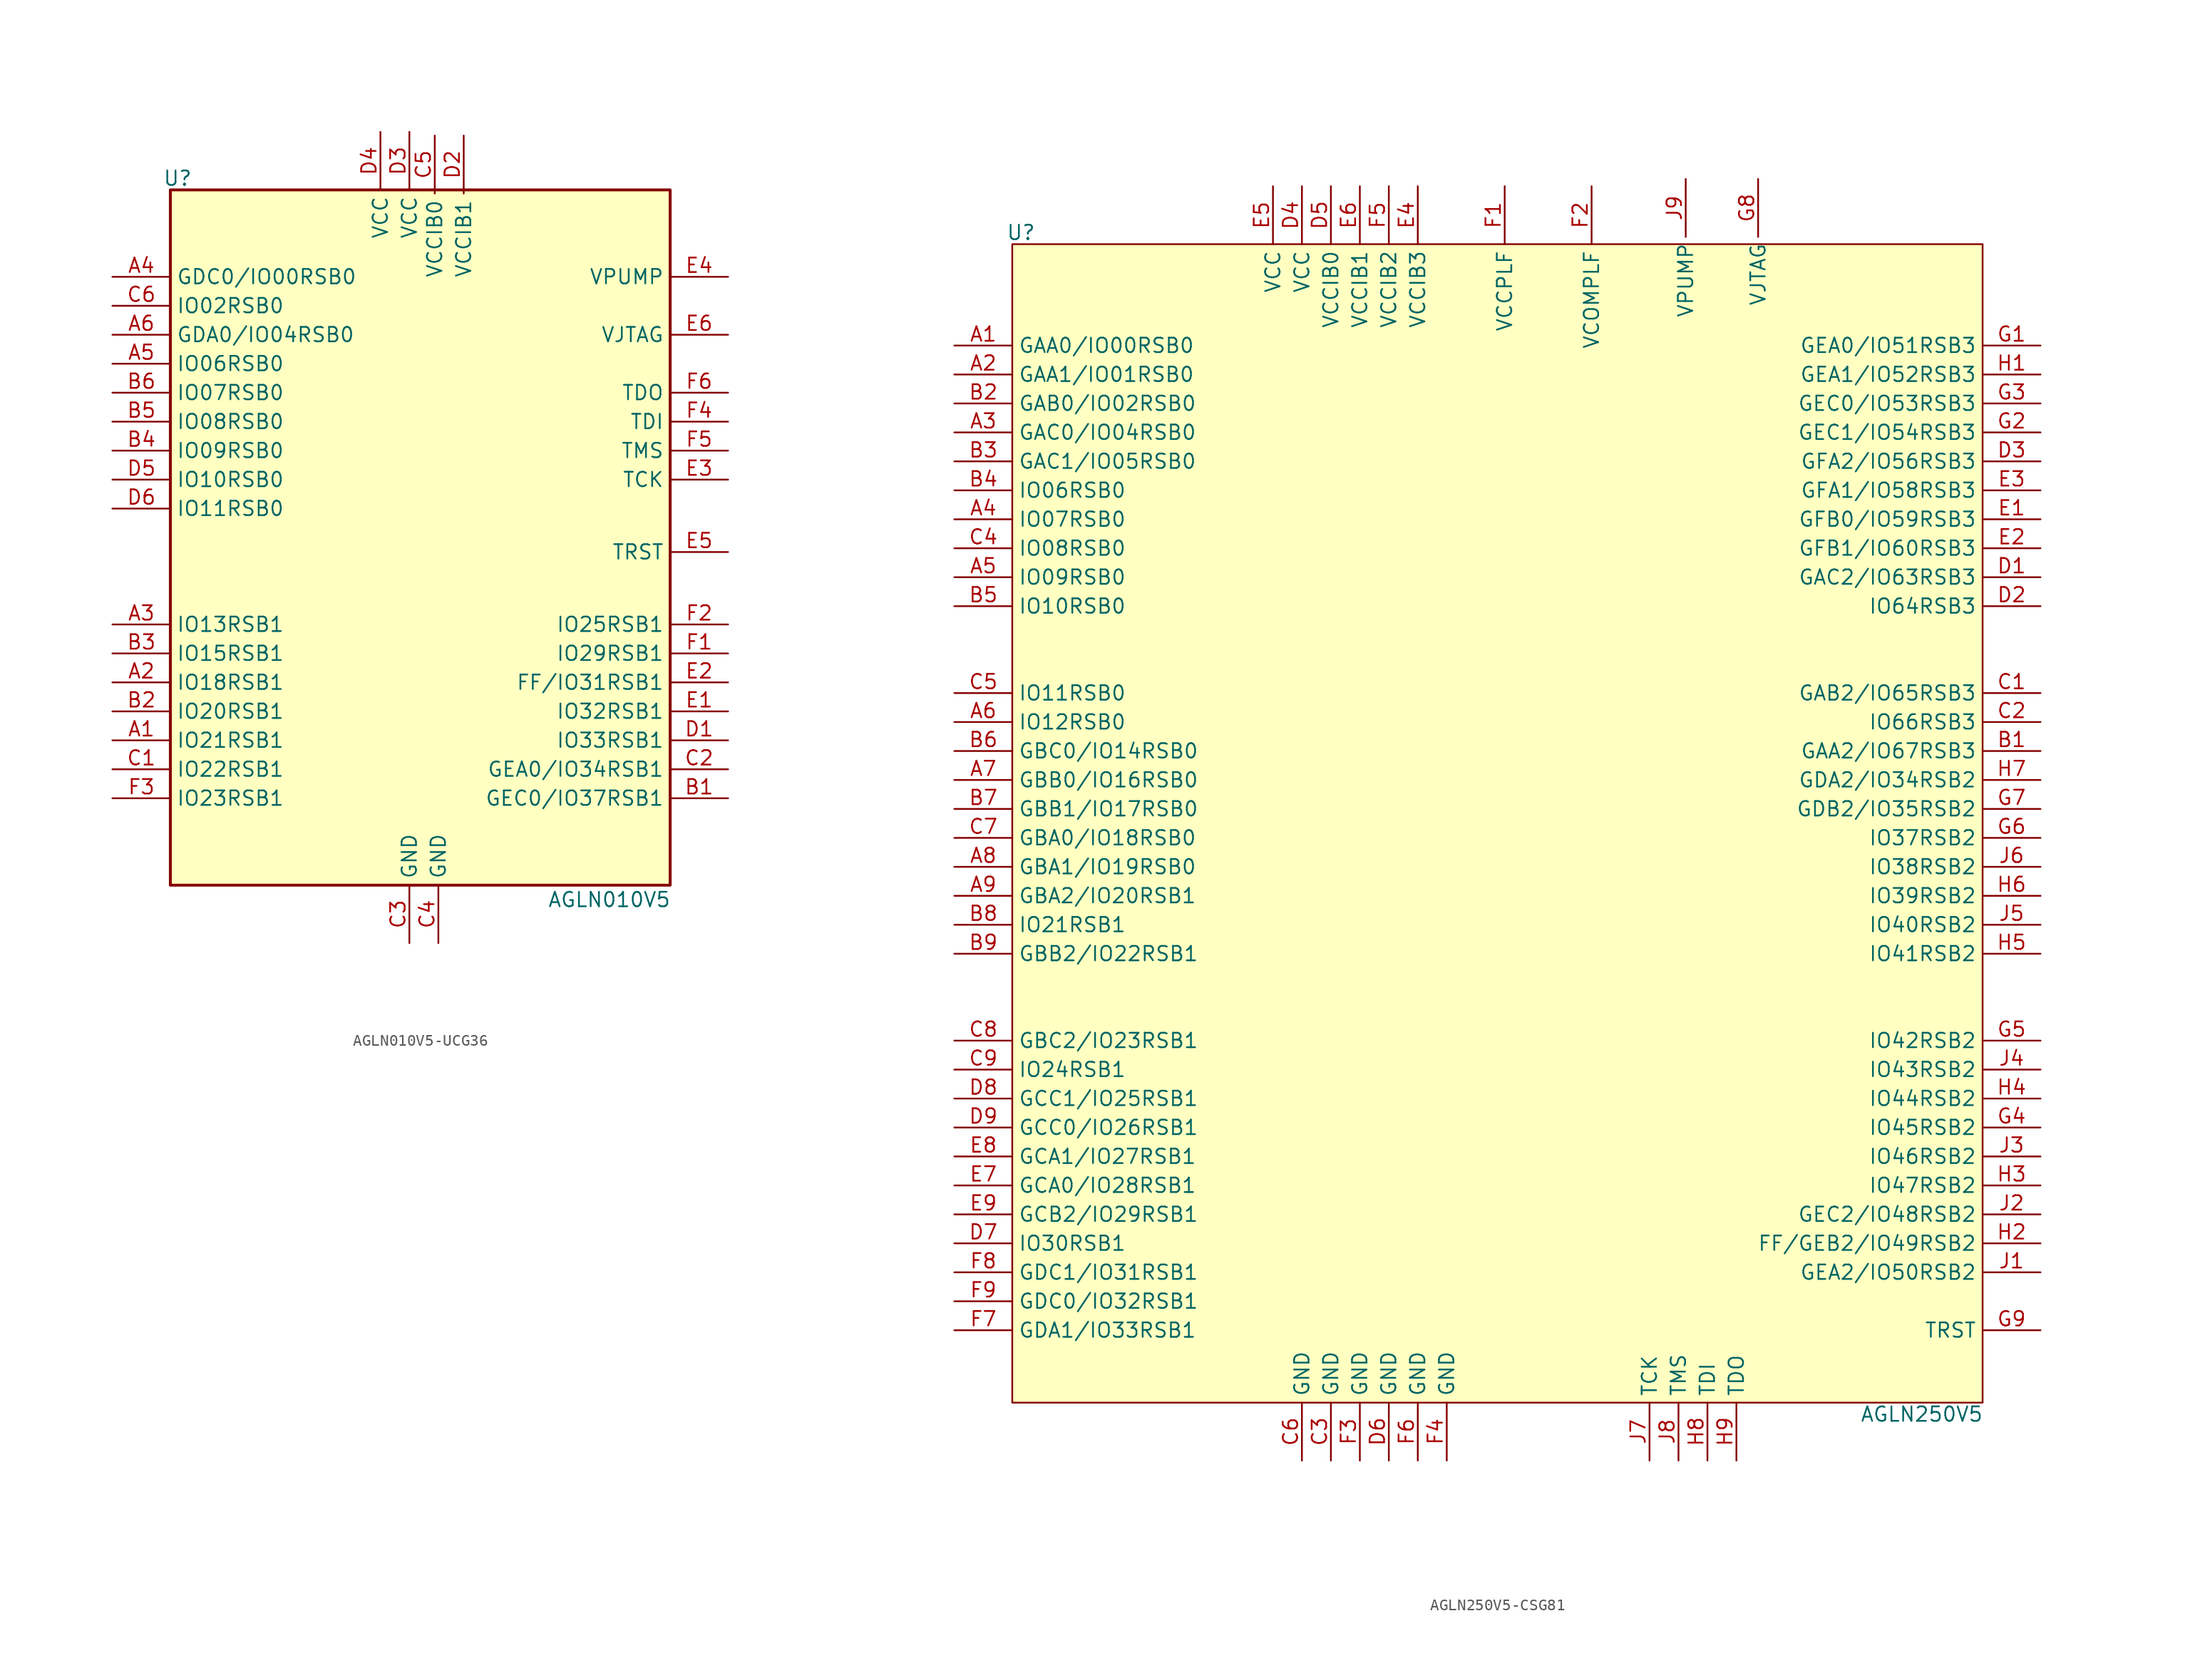
<source format=kicad_sym>
(kicad_symbol_lib
  (version 20241209)
  (generator "kicad_symbol_editor")
  (generator_version "9.0")
  (symbol "AGLN010V5-UCG36"
    (property "Reference" "U"
      (at -21.59 31.496 0)
      (effects (font (size 1.27 1.27))))
    (property "Value" "AGLN010V5"
      (at 16.256 -31.75 0)
      (effects (font (size 1.27 1.27))))
    (symbol "AGLN010V5-UCG36_1_1"
      (rectangle (start -22.225 30.48) (end 21.59 -30.48) (stroke (width 0.254) (type solid)) (fill (type background)))
      (pin passive line (at -27.305 22.86 0) (length 5.08) (name "GDC0/IO00RSB0" (effects (font (size 1.27 1.27)))) (number "A4" (effects (font (size 1.27 1.27)))))
      (pin passive line (at -27.305 20.32 0) (length 5.08) (name "IO02RSB0" (effects (font (size 1.27 1.27)))) (number "C6" (effects (font (size 1.27 1.27)))))
      (pin passive line (at -27.305 17.78 0) (length 5.08) (name "GDA0/IO04RSB0" (effects (font (size 1.27 1.27)))) (number "A6" (effects (font (size 1.27 1.27)))))
      (pin passive line (at -27.305 15.24 0) (length 5.08) (name "IO06RSB0" (effects (font (size 1.27 1.27)))) (number "A5" (effects (font (size 1.27 1.27)))))
      (pin passive line (at -27.305 12.7 0) (length 5.08) (name "IO07RSB0" (effects (font (size 1.27 1.27)))) (number "B6" (effects (font (size 1.27 1.27)))))
      (pin passive line (at -27.305 10.16 0) (length 5.08) (name "IO08RSB0" (effects (font (size 1.27 1.27)))) (number "B5" (effects (font (size 1.27 1.27)))))
      (pin passive line (at -27.305 7.62 0) (length 5.08) (name "IO09RSB0" (effects (font (size 1.27 1.27)))) (number "B4" (effects (font (size 1.27 1.27)))))
      (pin passive line (at -27.305 5.08 0) (length 5.08) (name "IO10RSB0" (effects (font (size 1.27 1.27)))) (number "D5" (effects (font (size 1.27 1.27)))))
      (pin passive line (at -27.305 2.54 0) (length 5.08) (name "IO11RSB0" (effects (font (size 1.27 1.27)))) (number "D6" (effects (font (size 1.27 1.27)))))
      (pin passive line (at -27.305 -7.62 0) (length 5.08) (name "IO13RSB1" (effects (font (size 1.27 1.27)))) (number "A3" (effects (font (size 1.27 1.27)))))
      (pin passive line (at -27.305 -10.16 0) (length 5.08) (name "IO15RSB1" (effects (font (size 1.27 1.27)))) (number "B3" (effects (font (size 1.27 1.27)))))
      (pin passive line (at -27.305 -12.7 0) (length 5.08) (name "IO18RSB1" (effects (font (size 1.27 1.27)))) (number "A2" (effects (font (size 1.27 1.27)))))
      (pin passive line (at -27.305 -15.24 0) (length 5.08) (name "IO20RSB1" (effects (font (size 1.27 1.27)))) (number "B2" (effects (font (size 1.27 1.27)))))
      (pin passive line (at -27.305 -17.78 0) (length 5.08) (name "IO21RSB1" (effects (font (size 1.27 1.27)))) (number "A1" (effects (font (size 1.27 1.27)))))
      (pin passive line (at -27.305 -20.32 0) (length 5.08) (name "IO22RSB1" (effects (font (size 1.27 1.27)))) (number "C1" (effects (font (size 1.27 1.27)))))
      (pin passive line (at -27.305 -22.86 0) (length 5.08) (name "IO23RSB1" (effects (font (size 1.27 1.27)))) (number "F3" (effects (font (size 1.27 1.27)))))
      (pin power_in line (at -3.81 35.56 270) (length 5.08) (name "VCC" (effects (font (size 1.27 1.27)))) (number "D4" (effects (font (size 1.27 1.27)))))
      (pin power_in line (at -1.27 35.56 270) (length 5.08) (name "VCC" (effects (font (size 1.27 1.27)))) (number "D3" (effects (font (size 1.27 1.27)))))
      (pin power_in line (at -1.27 -35.56 90) (length 5.08) (name "GND" (effects (font (size 1.27 1.27)))) (number "C3" (effects (font (size 1.27 1.27)))))
      (pin power_in line (at 0.953 35.242 270) (length 5.08) (name "VCCIB0" (effects (font (size 1.27 1.27)))) (number "C5" (effects (font (size 1.27 1.27)))))
      (pin power_in line (at 1.27 -35.56 90) (length 5.08) (name "GND" (effects (font (size 1.27 1.27)))) (number "C4" (effects (font (size 1.27 1.27)))))
      (pin power_in line (at 3.493 35.242 270) (length 5.08) (name "VCCIB1" (effects (font (size 1.27 1.27)))) (number "D2" (effects (font (size 1.27 1.27)))))
      (pin passive line (at 26.67 22.86 180) (length 5.08) (name "VPUMP" (effects (font (size 1.27 1.27)))) (number "E4" (effects (font (size 1.27 1.27)))))
      (pin passive line (at 26.67 17.78 180) (length 5.08) (name "VJTAG" (effects (font (size 1.27 1.27)))) (number "E6" (effects (font (size 1.27 1.27)))))
      (pin passive line (at 26.67 12.7 180) (length 5.08) (name "TDO" (effects (font (size 1.27 1.27)))) (number "F6" (effects (font (size 1.27 1.27)))))
      (pin passive line (at 26.67 10.16 180) (length 5.08) (name "TDI" (effects (font (size 1.27 1.27)))) (number "F4" (effects (font (size 1.27 1.27)))))
      (pin passive line (at 26.67 7.62 180) (length 5.08) (name "TMS" (effects (font (size 1.27 1.27)))) (number "F5" (effects (font (size 1.27 1.27)))))
      (pin passive line (at 26.67 5.08 180) (length 5.08) (name "TCK" (effects (font (size 1.27 1.27)))) (number "E3" (effects (font (size 1.27 1.27)))))
      (pin passive line (at 26.67 -1.27 180) (length 5.08) (name "TRST" (effects (font (size 1.27 1.27)))) (number "E5" (effects (font (size 1.27 1.27)))))
      (pin passive line (at 26.67 -7.62 180) (length 5.08) (name "IO25RSB1" (effects (font (size 1.27 1.27)))) (number "F2" (effects (font (size 1.27 1.27)))))
      (pin passive line (at 26.67 -10.16 180) (length 5.08) (name "IO29RSB1" (effects (font (size 1.27 1.27)))) (number "F1" (effects (font (size 1.27 1.27)))))
      (pin passive line (at 26.67 -12.7 180) (length 5.08) (name "FF/IO31RSB1" (effects (font (size 1.27 1.27)))) (number "E2" (effects (font (size 1.27 1.27)))))
      (pin passive line (at 26.67 -15.24 180) (length 5.08) (name "IO32RSB1" (effects (font (size 1.27 1.27)))) (number "E1" (effects (font (size 1.27 1.27)))))
      (pin passive line (at 26.67 -17.78 180) (length 5.08) (name "IO33RSB1" (effects (font (size 1.27 1.27)))) (number "D1" (effects (font (size 1.27 1.27)))))
      (pin passive line (at 26.67 -20.32 180) (length 5.08) (name "GEA0/IO34RSB1" (effects (font (size 1.27 1.27)))) (number "C2" (effects (font (size 1.27 1.27)))))
      (pin passive line (at 26.67 -22.86 180) (length 5.08) (name "GEC0/IO37RSB1" (effects (font (size 1.27 1.27)))) (number "B1" (effects (font (size 1.27 1.27)))))))
  (symbol "AGLN250V5-CSG81"
    (property "Reference" "U"
      (at -41.148 51.816 0)
      (effects (font (size 1.27 1.27))))
    (property "Value" "AGLN250V5"
      (at 37.846 -51.816 0)
      (effects (font (size 1.27 1.27))))
    (symbol "AGLN250V5-CSG81_1_1"
      (rectangle (start -41.91 50.8) (end 43.18 -50.8) (stroke (width 0) (type solid)) (fill (type background)))
      (pin passive line (at -46.99 41.91 0) (length 5.08) (name "GAA0/IO00RSB0" (effects (font (size 1.27 1.27)))) (number "A1" (effects (font (size 1.27 1.27)))))
      (pin passive line (at -46.99 39.37 0) (length 5.08) (name "GAA1/IO01RSB0" (effects (font (size 1.27 1.27)))) (number "A2" (effects (font (size 1.27 1.27)))))
      (pin passive line (at -46.99 36.83 0) (length 5.08) (name "GAB0/IO02RSB0" (effects (font (size 1.27 1.27)))) (number "B2" (effects (font (size 1.27 1.27)))))
      (pin passive line (at -46.99 34.29 0) (length 5.08) (name "GAC0/IO04RSB0" (effects (font (size 1.27 1.27)))) (number "A3" (effects (font (size 1.27 1.27)))))
      (pin passive line (at -46.99 31.75 0) (length 5.08) (name "GAC1/IO05RSB0" (effects (font (size 1.27 1.27)))) (number "B3" (effects (font (size 1.27 1.27)))))
      (pin passive line (at -46.99 29.21 0) (length 5.08) (name "IO06RSB0" (effects (font (size 1.27 1.27)))) (number "B4" (effects (font (size 1.27 1.27)))))
      (pin passive line (at -46.99 26.67 0) (length 5.08) (name "IO07RSB0" (effects (font (size 1.27 1.27)))) (number "A4" (effects (font (size 1.27 1.27)))))
      (pin passive line (at -46.99 24.13 0) (length 5.08) (name "IO08RSB0" (effects (font (size 1.27 1.27)))) (number "C4" (effects (font (size 1.27 1.27)))))
      (pin passive line (at -46.99 21.59 0) (length 5.08) (name "IO09RSB0" (effects (font (size 1.27 1.27)))) (number "A5" (effects (font (size 1.27 1.27)))))
      (pin passive line (at -46.99 19.05 0) (length 5.08) (name "IO10RSB0" (effects (font (size 1.27 1.27)))) (number "B5" (effects (font (size 1.27 1.27)))))
      (pin passive line (at -46.99 11.43 0) (length 5.08) (name "IO11RSB0" (effects (font (size 1.27 1.27)))) (number "C5" (effects (font (size 1.27 1.27)))))
      (pin passive line (at -46.99 8.89 0) (length 5.08) (name "IO12RSB0" (effects (font (size 1.27 1.27)))) (number "A6" (effects (font (size 1.27 1.27)))))
      (pin passive line (at -46.99 6.35 0) (length 5.08) (name "GBC0/IO14RSB0" (effects (font (size 1.27 1.27)))) (number "B6" (effects (font (size 1.27 1.27)))))
      (pin passive line (at -46.99 3.81 0) (length 5.08) (name "GBB0/IO16RSB0" (effects (font (size 1.27 1.27)))) (number "A7" (effects (font (size 1.27 1.27)))))
      (pin passive line (at -46.99 1.27 0) (length 5.08) (name "GBB1/IO17RSB0" (effects (font (size 1.27 1.27)))) (number "B7" (effects (font (size 1.27 1.27)))))
      (pin passive line (at -46.99 -1.27 0) (length 5.08) (name "GBA0/IO18RSB0" (effects (font (size 1.27 1.27)))) (number "C7" (effects (font (size 1.27 1.27)))))
      (pin passive line (at -46.99 -3.81 0) (length 5.08) (name "GBA1/IO19RSB0" (effects (font (size 1.27 1.27)))) (number "A8" (effects (font (size 1.27 1.27)))))
      (pin passive line (at -46.99 -6.35 0) (length 5.08) (name "GBA2/IO20RSB1" (effects (font (size 1.27 1.27)))) (number "A9" (effects (font (size 1.27 1.27)))))
      (pin passive line (at -46.99 -8.89 0) (length 5.08) (name "IO21RSB1" (effects (font (size 1.27 1.27)))) (number "B8" (effects (font (size 1.27 1.27)))))
      (pin passive line (at -46.99 -11.43 0) (length 5.08) (name "GBB2/IO22RSB1" (effects (font (size 1.27 1.27)))) (number "B9" (effects (font (size 1.27 1.27)))))
      (pin passive line (at -46.99 -19.05 0) (length 5.08) (name "GBC2/IO23RSB1" (effects (font (size 1.27 1.27)))) (number "C8" (effects (font (size 1.27 1.27)))))
      (pin passive line (at -46.99 -21.59 0) (length 5.08) (name "IO24RSB1" (effects (font (size 1.27 1.27)))) (number "C9" (effects (font (size 1.27 1.27)))))
      (pin passive line (at -46.99 -24.13 0) (length 5.08) (name "GCC1/IO25RSB1" (effects (font (size 1.27 1.27)))) (number "D8" (effects (font (size 1.27 1.27)))))
      (pin passive line (at -46.99 -26.67 0) (length 5.08) (name "GCC0/IO26RSB1" (effects (font (size 1.27 1.27)))) (number "D9" (effects (font (size 1.27 1.27)))))
      (pin passive line (at -46.99 -29.21 0) (length 5.08) (name "GCA1/IO27RSB1" (effects (font (size 1.27 1.27)))) (number "E8" (effects (font (size 1.27 1.27)))))
      (pin passive line (at -46.99 -31.75 0) (length 5.08) (name "GCA0/IO28RSB1" (effects (font (size 1.27 1.27)))) (number "E7" (effects (font (size 1.27 1.27)))))
      (pin passive line (at -46.99 -34.29 0) (length 5.08) (name "GCB2/IO29RSB1" (effects (font (size 1.27 1.27)))) (number "E9" (effects (font (size 1.27 1.27)))))
      (pin passive line (at -46.99 -36.83 0) (length 5.08) (name "IO30RSB1" (effects (font (size 1.27 1.27)))) (number "D7" (effects (font (size 1.27 1.27)))))
      (pin passive line (at -46.99 -39.37 0) (length 5.08) (name "GDC1/IO31RSB1" (effects (font (size 1.27 1.27)))) (number "F8" (effects (font (size 1.27 1.27)))))
      (pin passive line (at -46.99 -41.91 0) (length 5.08) (name "GDC0/IO32RSB1" (effects (font (size 1.27 1.27)))) (number "F9" (effects (font (size 1.27 1.27)))))
      (pin passive line (at -46.99 -44.45 0) (length 5.08) (name "GDA1/IO33RSB1" (effects (font (size 1.27 1.27)))) (number "F7" (effects (font (size 1.27 1.27)))))
      (pin power_in line (at -19.05 55.88 270) (length 5.08) (name "VCC" (effects (font (size 1.27 1.27)))) (number "E5" (effects (font (size 1.27 1.27)))))
      (pin power_in line (at -16.51 55.88 270) (length 5.08) (name "VCC" (effects (font (size 1.27 1.27)))) (number "D4" (effects (font (size 1.27 1.27)))))
      (pin power_in line (at -16.51 -55.88 90) (length 5.08) (name "GND" (effects (font (size 1.27 1.27)))) (number "C6" (effects (font (size 1.27 1.27)))))
      (pin power_in line (at -13.97 55.88 270) (length 5.08) (name "VCCIB0" (effects (font (size 1.27 1.27)))) (number "D5" (effects (font (size 1.27 1.27)))))
      (pin power_in line (at -13.97 -55.88 90) (length 5.08) (name "GND" (effects (font (size 1.27 1.27)))) (number "C3" (effects (font (size 1.27 1.27)))))
      (pin power_in line (at -11.43 55.88 270) (length 5.08) (name "VCCIB1" (effects (font (size 1.27 1.27)))) (number "E6" (effects (font (size 1.27 1.27)))))
      (pin power_in line (at -11.43 -55.88 90) (length 5.08) (name "GND" (effects (font (size 1.27 1.27)))) (number "F3" (effects (font (size 1.27 1.27)))))
      (pin power_in line (at -8.89 55.88 270) (length 5.08) (name "VCCIB2" (effects (font (size 1.27 1.27)))) (number "F5" (effects (font (size 1.27 1.27)))))
      (pin power_in line (at -8.89 -55.88 90) (length 5.08) (name "GND" (effects (font (size 1.27 1.27)))) (number "D6" (effects (font (size 1.27 1.27)))))
      (pin power_in line (at -6.35 55.88 270) (length 5.08) (name "VCCIB3" (effects (font (size 1.27 1.27)))) (number "E4" (effects (font (size 1.27 1.27)))))
      (pin power_in line (at -6.35 -55.88 90) (length 5.08) (name "GND" (effects (font (size 1.27 1.27)))) (number "F6" (effects (font (size 1.27 1.27)))))
      (pin power_in line (at -3.81 -55.88 90) (length 5.08) (name "GND" (effects (font (size 1.27 1.27)))) (number "F4" (effects (font (size 1.27 1.27)))))
      (pin power_in line (at 1.27 55.88 270) (length 5.08) (name "VCCPLF" (effects (font (size 1.27 1.27)))) (number "F1" (effects (font (size 1.27 1.27)))))
      (pin power_in line (at 8.89 55.88 270) (length 5.08) (name "VCOMPLF" (effects (font (size 1.27 1.27)))) (number "F2" (effects (font (size 1.27 1.27)))))
      (pin passive line (at 13.97 -55.88 90) (length 5.08) (name "TCK" (effects (font (size 1.27 1.27)))) (number "J7" (effects (font (size 1.27 1.27)))))
      (pin passive line (at 16.51 -55.88 90) (length 5.08) (name "TMS" (effects (font (size 1.27 1.27)))) (number "J8" (effects (font (size 1.27 1.27)))))
      (pin power_in line (at 17.145 56.515 270) (length 5.08) (name "VPUMP" (effects (font (size 1.27 1.27)))) (number "J9" (effects (font (size 1.27 1.27)))))
      (pin passive line (at 19.05 -55.88 90) (length 5.08) (name "TDI" (effects (font (size 1.27 1.27)))) (number "H8" (effects (font (size 1.27 1.27)))))
      (pin passive line (at 21.59 -55.88 90) (length 5.08) (name "TDO" (effects (font (size 1.27 1.27)))) (number "H9" (effects (font (size 1.27 1.27)))))
      (pin power_in line (at 23.495 56.515 270) (length 5.08) (name "VJTAG" (effects (font (size 1.27 1.27)))) (number "G8" (effects (font (size 1.27 1.27)))))
      (pin passive line (at 48.26 41.91 180) (length 5.08) (name "GEA0/IO51RSB3" (effects (font (size 1.27 1.27)))) (number "G1" (effects (font (size 1.27 1.27)))))
      (pin passive line (at 48.26 39.37 180) (length 5.08) (name "GEA1/IO52RSB3" (effects (font (size 1.27 1.27)))) (number "H1" (effects (font (size 1.27 1.27)))))
      (pin passive line (at 48.26 36.83 180) (length 5.08) (name "GEC0/IO53RSB3" (effects (font (size 1.27 1.27)))) (number "G3" (effects (font (size 1.27 1.27)))))
      (pin passive line (at 48.26 34.29 180) (length 5.08) (name "GEC1/IO54RSB3" (effects (font (size 1.27 1.27)))) (number "G2" (effects (font (size 1.27 1.27)))))
      (pin passive line (at 48.26 31.75 180) (length 5.08) (name "GFA2/IO56RSB3" (effects (font (size 1.27 1.27)))) (number "D3" (effects (font (size 1.27 1.27)))))
      (pin passive line (at 48.26 29.21 180) (length 5.08) (name "GFA1/IO58RSB3" (effects (font (size 1.27 1.27)))) (number "E3" (effects (font (size 1.27 1.27)))))
      (pin passive line (at 48.26 26.67 180) (length 5.08) (name "GFB0/IO59RSB3" (effects (font (size 1.27 1.27)))) (number "E1" (effects (font (size 1.27 1.27)))))
      (pin passive line (at 48.26 24.13 180) (length 5.08) (name "GFB1/IO60RSB3" (effects (font (size 1.27 1.27)))) (number "E2" (effects (font (size 1.27 1.27)))))
      (pin passive line (at 48.26 21.59 180) (length 5.08) (name "GAC2/IO63RSB3" (effects (font (size 1.27 1.27)))) (number "D1" (effects (font (size 1.27 1.27)))))
      (pin passive line (at 48.26 19.05 180) (length 5.08) (name "IO64RSB3" (effects (font (size 1.27 1.27)))) (number "D2" (effects (font (size 1.27 1.27)))))
      (pin passive line (at 48.26 11.43 180) (length 5.08) (name "GAB2/IO65RSB3" (effects (font (size 1.27 1.27)))) (number "C1" (effects (font (size 1.27 1.27)))))
      (pin passive line (at 48.26 8.89 180) (length 5.08) (name "IO66RSB3" (effects (font (size 1.27 1.27)))) (number "C2" (effects (font (size 1.27 1.27)))))
      (pin passive line (at 48.26 6.35 180) (length 5.08) (name "GAA2/IO67RSB3" (effects (font (size 1.27 1.27)))) (number "B1" (effects (font (size 1.27 1.27)))))
      (pin passive line (at 48.26 3.81 180) (length 5.08) (name "GDA2/IO34RSB2" (effects (font (size 1.27 1.27)))) (number "H7" (effects (font (size 1.27 1.27)))))
      (pin passive line (at 48.26 1.27 180) (length 5.08) (name "GDB2/IO35RSB2" (effects (font (size 1.27 1.27)))) (number "G7" (effects (font (size 1.27 1.27)))))
      (pin passive line (at 48.26 -1.27 180) (length 5.08) (name "IO37RSB2" (effects (font (size 1.27 1.27)))) (number "G6" (effects (font (size 1.27 1.27)))))
      (pin passive line (at 48.26 -3.81 180) (length 5.08) (name "IO38RSB2" (effects (font (size 1.27 1.27)))) (number "J6" (effects (font (size 1.27 1.27)))))
      (pin passive line (at 48.26 -6.35 180) (length 5.08) (name "IO39RSB2" (effects (font (size 1.27 1.27)))) (number "H6" (effects (font (size 1.27 1.27)))))
      (pin passive line (at 48.26 -8.89 180) (length 5.08) (name "IO40RSB2" (effects (font (size 1.27 1.27)))) (number "J5" (effects (font (size 1.27 1.27)))))
      (pin passive line (at 48.26 -11.43 180) (length 5.08) (name "IO41RSB2" (effects (font (size 1.27 1.27)))) (number "H5" (effects (font (size 1.27 1.27)))))
      (pin passive line (at 48.26 -19.05 180) (length 5.08) (name "IO42RSB2" (effects (font (size 1.27 1.27)))) (number "G5" (effects (font (size 1.27 1.27)))))
      (pin passive line (at 48.26 -21.59 180) (length 5.08) (name "IO43RSB2" (effects (font (size 1.27 1.27)))) (number "J4" (effects (font (size 1.27 1.27)))))
      (pin passive line (at 48.26 -24.13 180) (length 5.08) (name "IO44RSB2" (effects (font (size 1.27 1.27)))) (number "H4" (effects (font (size 1.27 1.27)))))
      (pin passive line (at 48.26 -26.67 180) (length 5.08) (name "IO45RSB2" (effects (font (size 1.27 1.27)))) (number "G4" (effects (font (size 1.27 1.27)))))
      (pin passive line (at 48.26 -29.21 180) (length 5.08) (name "IO46RSB2" (effects (font (size 1.27 1.27)))) (number "J3" (effects (font (size 1.27 1.27)))))
      (pin passive line (at 48.26 -31.75 180) (length 5.08) (name "IO47RSB2" (effects (font (size 1.27 1.27)))) (number "H3" (effects (font (size 1.27 1.27)))))
      (pin passive line (at 48.26 -34.29 180) (length 5.08) (name "GEC2/IO48RSB2" (effects (font (size 1.27 1.27)))) (number "J2" (effects (font (size 1.27 1.27)))))
      (pin passive line (at 48.26 -36.83 180) (length 5.08) (name "FF/GEB2/IO49RSB2" (effects (font (size 1.27 1.27)))) (number "H2" (effects (font (size 1.27 1.27)))))
      (pin passive line (at 48.26 -39.37 180) (length 5.08) (name "GEA2/IO50RSB2" (effects (font (size 1.27 1.27)))) (number "J1" (effects (font (size 1.27 1.27)))))
      (pin passive line (at 48.26 -44.45 180) (length 5.08) (name "TRST" (effects (font (size 1.27 1.27)))) (number "G9" (effects (font (size 1.27 1.27))))))))
</source>
